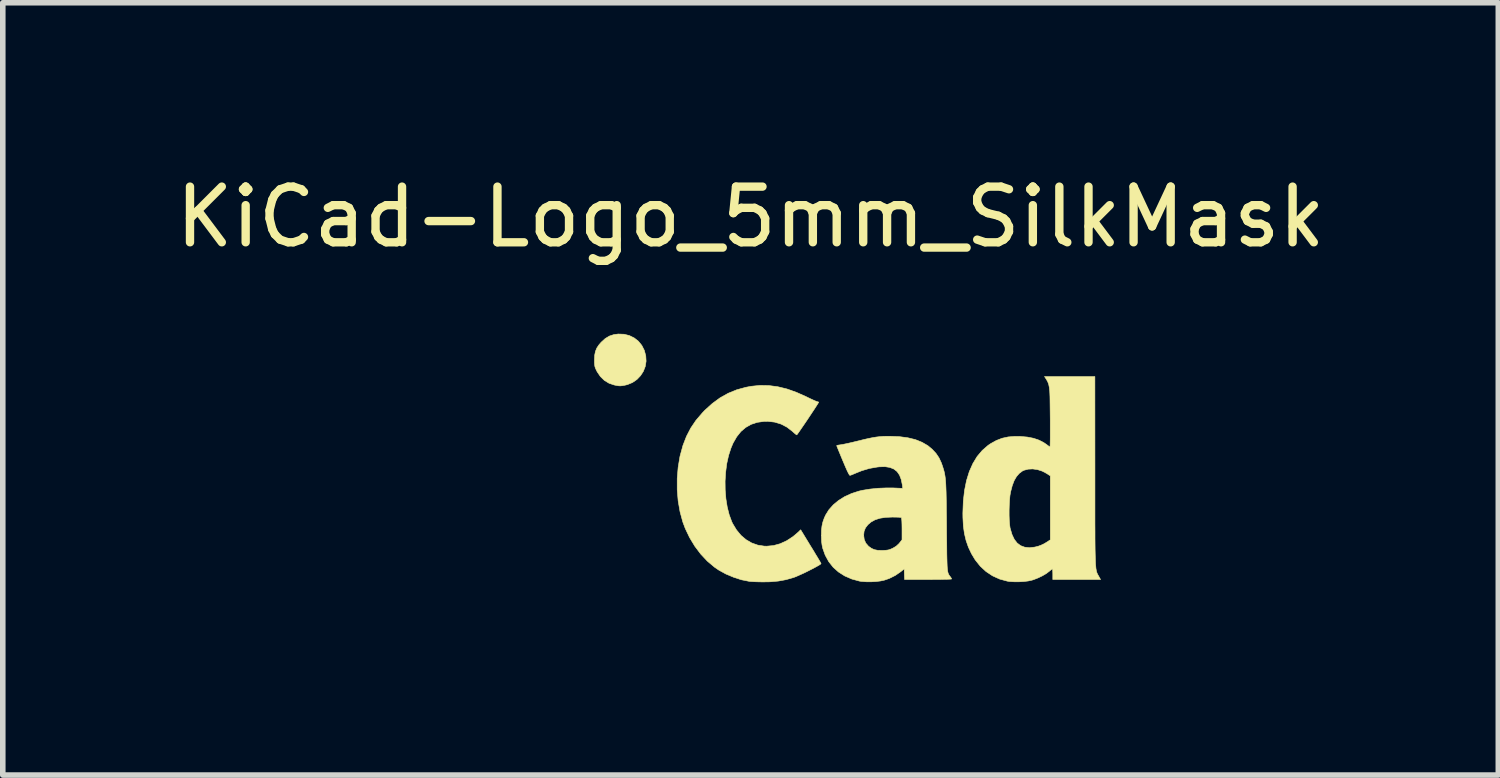
<source format=kicad_pcb>
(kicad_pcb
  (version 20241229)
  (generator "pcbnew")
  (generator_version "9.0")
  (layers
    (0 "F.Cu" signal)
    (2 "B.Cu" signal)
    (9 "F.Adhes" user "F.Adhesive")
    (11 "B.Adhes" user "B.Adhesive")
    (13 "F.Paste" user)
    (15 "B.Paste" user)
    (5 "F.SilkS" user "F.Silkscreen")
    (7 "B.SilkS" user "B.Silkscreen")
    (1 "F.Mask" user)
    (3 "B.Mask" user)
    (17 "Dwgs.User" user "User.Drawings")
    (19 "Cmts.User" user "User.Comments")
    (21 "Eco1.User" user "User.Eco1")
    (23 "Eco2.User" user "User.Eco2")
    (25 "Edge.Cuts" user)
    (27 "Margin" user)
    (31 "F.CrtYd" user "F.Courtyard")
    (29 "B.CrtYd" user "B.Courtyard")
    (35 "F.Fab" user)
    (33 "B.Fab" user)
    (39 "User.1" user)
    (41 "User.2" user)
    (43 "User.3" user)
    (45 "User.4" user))
  (footprint "KiCad-Logo_5mm_SilkMask"
    (layer "F.Cu")
    (at 10.435 5.928)
    (property "Reference" "KiCad-Logo_5mm_SilkMask" (at 0 -5.08 0) (layer "F.SilkS") (effects (font (size 1 1) (thickness 0.15))))
    (attr exclude_from_pos_files exclude_from_bom)
    (fp_poly (pts (xy -2.946 -2.511) (xy -2.936 -2.397) (xy -2.904 -2.289) (xy -2.853 -2.19) (xy -2.784 -2.102) (xy -2.699 -2.027) (xy -2.602 -1.97) (xy -2.496 -1.93) (xy -2.389 -1.911) (xy -2.283 -1.913) (xy -2.181 -1.932) (xy -2.085 -1.969) (xy -1.996 -2.021) (xy -1.917 -2.087) (xy -1.849 -2.167) (xy -1.796 -2.258) (xy -1.759 -2.359) (xy -1.74 -2.47) (xy -1.738 -2.52) (xy -1.738 -2.608) (xy -1.687 -2.608) (xy -1.65 -2.605) (xy -1.623 -2.593) (xy -1.596 -2.569) (xy -1.558 -2.531) (xy -1.558 -0.339) (xy -1.558 -0.077) (xy -1.558 0.163) (xy -1.558 0.383) (xy -1.558 0.583) (xy -1.558 0.764) (xy -1.558 0.928) (xy -1.559 1.074) (xy -1.559 1.205) (xy -1.559 1.32) (xy -1.56 1.421) (xy -1.561 1.509) (xy -1.561 1.585) (xy -1.562 1.65) (xy -1.563 1.704) (xy -1.564 1.749) (xy -1.565 1.786) (xy -1.567 1.815) (xy -1.568 1.837) (xy -1.57 1.854) (xy -1.572 1.866) (xy -1.574 1.874) (xy -1.576 1.88) (xy -1.577 1.882) (xy -1.581 1.889) (xy -1.585 1.895) (xy -1.589 1.901) (xy -1.594 1.906) (xy -1.601 1.911) (xy -1.611 1.916) (xy -1.625 1.92) (xy -1.645 1.923) (xy -1.669 1.926) (xy -1.701 1.929) (xy -1.741 1.931) (xy -1.789 1.934) (xy -1.846 1.935) (xy -1.914 1.937) (xy -1.994 1.938) (xy -2.085 1.939) (xy -2.19 1.94) (xy -2.309 1.94) (xy -2.443 1.941) (xy -2.593 1.941) (xy -2.76 1.941) (xy -2.945 1.942) (xy -3.149 1.942) (xy -3.372 1.942) (xy -3.616 1.941) (xy -3.881 1.941) (xy -3.92 1.941) (xy -4.187 1.941) (xy -4.432 1.941) (xy -4.657 1.941) (xy -4.861 1.941) (xy -5.047 1.941) (xy -5.215 1.941) (xy -5.366 1.94) (xy -5.501 1.94) (xy -5.62 1.939) (xy -5.725 1.939) (xy -5.817 1.938) (xy -5.896 1.938) (xy -5.964 1.937) (xy -6.021 1.936) (xy -6.069 1.935) (xy -6.107 1.933) (xy -6.138 1.932) (xy -6.162 1.931) (xy -6.18 1.929) (xy -6.192 1.927) (xy -6.201 1.925) (xy -6.205 1.923) (xy -6.214 1.92) (xy -6.221 1.917) (xy -6.229 1.915) (xy -6.235 1.911) (xy -6.241 1.906) (xy -6.246 1.897) (xy -6.251 1.885) (xy -6.255 1.869) (xy -6.259 1.846) (xy -6.262 1.818) (xy -6.265 1.781) (xy -6.268 1.737) (xy -6.27 1.683) (xy -6.271 1.618) (xy -6.273 1.543) (xy -6.274 1.455) (xy -6.275 1.354) (xy -6.276 1.239) (xy -6.276 1.11) (xy -6.276 0.964) (xy -6.277 0.802) (xy -6.277 0.621) (xy -6.277 0.422) (xy -6.277 0.204) (xy -6.277 -0.035) (xy -6.277 -0.296) (xy -6.277 -0.338) (xy -6.277 -0.601) (xy -6.277 -0.842) (xy -6.277 -1.063) (xy -6.277 -1.264) (xy -6.277 -1.446) (xy -6.276 -1.61) (xy -6.276 -1.757) (xy -6.276 -1.888) (xy -6.275 -1.998) (xy -5.972 -1.998) (xy -5.932 -1.94) (xy -5.921 -1.925) (xy -5.911 -1.911) (xy -5.902 -1.897) (xy -5.894 -1.883) (xy -5.887 -1.868) (xy -5.881 -1.849) (xy -5.875 -1.826) (xy -5.871 -1.798) (xy -5.867 -1.764) (xy -5.863 -1.722) (xy -5.861 -1.67) (xy -5.858 -1.609) (xy -5.857 -1.537) (xy -5.855 -1.452) (xy -5.855 -1.354) (xy -5.854 -1.24) (xy -5.853 -1.111) (xy -5.853 -0.965) (xy -5.853 -0.8) (xy -5.853 -0.616) (xy -5.853 -0.41) (xy -5.853 -0.288) (xy -5.853 -0.071) (xy -5.853 0.125) (xy -5.853 0.3) (xy -5.853 0.456) (xy -5.854 0.595) (xy -5.854 0.717) (xy -5.855 0.823) (xy -5.856 0.915) (xy -5.857 0.994) (xy -5.859 1.062) (xy -5.862 1.118) (xy -5.865 1.165) (xy -5.868 1.204) (xy -5.872 1.235) (xy -5.877 1.261) (xy -5.883 1.282) (xy -5.89 1.299) (xy -5.897 1.314) (xy -5.906 1.327) (xy -5.915 1.341) (xy -5.925 1.356) (xy -5.932 1.365) (xy -5.97 1.422) (xy -5.439 1.422) (xy -5.315 1.422) (xy -5.213 1.422) (xy -5.129 1.422) (xy -5.063 1.421) (xy -5.012 1.42) (xy -4.974 1.419) (xy -4.948 1.417) (xy -4.932 1.415) (xy -4.923 1.412) (xy -4.921 1.408) (xy -4.923 1.404) (xy -4.925 1.403) (xy -4.95 1.366) (xy -4.976 1.313) (xy -4.999 1.251) (xy -5.007 1.224) (xy -5.012 1.206) (xy -5.016 1.185) (xy -5.019 1.159) (xy -5.022 1.126) (xy -5.024 1.083) (xy -5.026 1.028) (xy -5.028 0.96) (xy -5.029 0.877) (xy -5.03 0.775) (xy -5.031 0.654) (xy -5.032 0.61) (xy -5.033 0.484) (xy -5.033 0.38) (xy -5.034 0.295) (xy -5.034 0.227) (xy -5.034 0.174) (xy -5.033 0.135) (xy -5.031 0.107) (xy -5.029 0.09) (xy -5.027 0.081) (xy -5.023 0.078) (xy -5.019 0.08) (xy -5.015 0.085) (xy -5.004 0.098) (xy -4.982 0.127) (xy -4.95 0.17) (xy -4.909 0.225) (xy -4.861 0.289) (xy -4.808 0.362) (xy -4.751 0.44) (xy -4.691 0.521) (xy -4.631 0.603) (xy -4.572 0.685) (xy -4.514 0.763) (xy -4.461 0.836) (xy -4.413 0.902) (xy -4.373 0.959) (xy -4.341 1.004) (xy -4.318 1.035) (xy -4.314 1.041) (xy -4.291 1.078) (xy -4.264 1.126) (xy -4.239 1.176) (xy -4.236 1.183) (xy -4.214 1.231) (xy -4.201 1.268) (xy -4.196 1.304) (xy -4.194 1.346) (xy -4.195 1.422) (xy -3.041 1.422) (xy -3.132 1.329) (xy -3.179 1.279) (xy -3.229 1.222) (xy -3.275 1.168) (xy -3.295 1.143) (xy -3.326 1.103) (xy -3.366 1.05) (xy -3.414 0.985) (xy -3.47 0.909) (xy -3.532 0.825) (xy -3.599 0.733) (xy -3.669 0.636) (xy -3.743 0.535) (xy -3.817 0.432) (xy -3.892 0.328) (xy -3.966 0.225) (xy -4.038 0.125) (xy -4.106 0.029) (xy -4.17 -0.061) (xy -4.229 -0.144) (xy -4.28 -0.218) (xy -4.324 -0.28) (xy -4.359 -0.33) (xy -4.383 -0.367) (xy -4.396 -0.387) (xy -4.398 -0.391) (xy -4.39 -0.403) (xy -4.369 -0.43) (xy -4.337 -0.471) (xy -4.294 -0.525) (xy -4.243 -0.589) (xy -4.185 -0.663) (xy -4.12 -0.744) (xy -4.051 -0.831) (xy -3.979 -0.921) (xy -3.904 -1.014) (xy -3.845 -1.088) (xy -2.834 -1.088) (xy -2.828 -1.075) (xy -2.813 -1.053) (xy -2.812 -1.052) (xy -2.793 -1.021) (xy -2.774 -0.985) (xy -2.77 -0.976) (xy -2.766 -0.968) (xy -2.763 -0.958) (xy -2.76 -0.945) (xy -2.758 -0.927) (xy -2.756 -0.904) (xy -2.754 -0.873) (xy -2.753 -0.833) (xy -2.751 -0.784) (xy -2.75 -0.723) (xy -2.749 -0.649) (xy -2.749 -0.561) (xy -2.748 -0.457) (xy -2.747 -0.337) (xy -2.747 -0.198) (xy -2.746 -0.039) (xy -2.746 0.14) (xy -2.745 0.325) (xy -2.745 0.489) (xy -2.745 0.633) (xy -2.744 0.759) (xy -2.745 0.868) (xy -2.745 0.961) (xy -2.747 1.04) (xy -2.748 1.106) (xy -2.75 1.161) (xy -2.753 1.206) (xy -2.757 1.242) (xy -2.761 1.271) (xy -2.766 1.295) (xy -2.772 1.313) (xy -2.779 1.329) (xy -2.787 1.344) (xy -2.797 1.358) (xy -2.805 1.37) (xy -2.822 1.396) (xy -2.832 1.414) (xy -2.834 1.417) (xy -2.823 1.418) (xy -2.791 1.419) (xy -2.742 1.42) (xy -2.677 1.421) (xy -2.599 1.422) (xy -2.51 1.422) (xy -2.411 1.422) (xy -2.342 1.422) (xy -2.237 1.422) (xy -2.141 1.422) (xy -2.054 1.421) (xy -1.98 1.419) (xy -1.921 1.418) (xy -1.879 1.416) (xy -1.855 1.414) (xy -1.851 1.412) (xy -1.859 1.398) (xy -1.867 1.39) (xy -1.88 1.372) (xy -1.897 1.342) (xy -1.909 1.318) (xy -1.936 1.259) (xy -1.939 0.082) (xy -1.942 -1.095) (xy -2.388 -1.095) (xy -2.486 -1.095) (xy -2.576 -1.094) (xy -2.657 -1.094) (xy -2.725 -1.093) (xy -2.779 -1.092) (xy -2.815 -1.09) (xy -2.833 -1.089) (xy -2.834 -1.088) (xy -3.845 -1.088) (xy -3.829 -1.107) (xy -3.755 -1.199) (xy -3.683 -1.289) (xy -3.615 -1.374) (xy -3.551 -1.452) (xy -3.494 -1.523) (xy -3.444 -1.584) (xy -3.403 -1.633) (xy -3.386 -1.654) (xy -3.3 -1.754) (xy -3.223 -1.838) (xy -3.154 -1.906) (xy -3.091 -1.96) (xy -3.082 -1.967) (xy -3.042 -1.998) (xy -4.174 -1.998) (xy -4.169 -1.95) (xy -4.172 -1.893) (xy -4.194 -1.825) (xy -4.234 -1.745) (xy -4.279 -1.673) (xy -4.295 -1.65) (xy -4.323 -1.612) (xy -4.361 -1.562) (xy -4.408 -1.501) (xy -4.462 -1.432) (xy -4.52 -1.356) (xy -4.582 -1.276) (xy -4.646 -1.194) (xy -4.71 -1.112) (xy -4.773 -1.032) (xy -4.832 -0.957) (xy -4.887 -0.888) (xy -4.935 -0.828) (xy -4.974 -0.778) (xy -5.004 -0.742) (xy -5.022 -0.72) (xy -5.025 -0.717) (xy -5.028 -0.725) (xy -5.03 -0.755) (xy -5.032 -0.807) (xy -5.033 -0.881) (xy -5.033 -0.977) (xy -5.033 -1.094) (xy -5.032 -1.214) (xy -5.03 -1.346) (xy -5.029 -1.457) (xy -5.027 -1.551) (xy -5.024 -1.629) (xy -5.021 -1.692) (xy -5.016 -1.745) (xy -5.009 -1.788) (xy -5.002 -1.823) (xy -4.992 -1.854) (xy -4.98 -1.882) (xy -4.965 -1.91) (xy -4.95 -1.935) (xy -4.912 -1.998) (xy -5.972 -1.998) (xy -6.275 -1.998) (xy -6.275 -2.004) (xy -6.274 -2.106) (xy -6.273 -2.195) (xy -6.272 -2.272) (xy -6.27 -2.337) (xy -6.269 -2.393) (xy -6.266 -2.438) (xy -6.264 -2.475) (xy -6.261 -2.505) (xy -6.258 -2.528) (xy -6.254 -2.546) (xy -6.25 -2.559) (xy -6.245 -2.568) (xy -6.24 -2.574) (xy -6.234 -2.579) (xy -6.228 -2.582) (xy -6.222 -2.586) (xy -6.216 -2.589) (xy -6.21 -2.592) (xy -6.202 -2.594) (xy -6.19 -2.596) (xy -6.173 -2.598) (xy -6.149 -2.6) (xy -6.118 -2.601) (xy -6.079 -2.602) (xy -6.03 -2.603) (xy -5.971 -2.604) (xy -5.899 -2.605) (xy -5.815 -2.606) (xy -5.718 -2.606) (xy -5.605 -2.607) (xy -5.476 -2.607) (xy -5.33 -2.607) (xy -5.166 -2.608) (xy -4.982 -2.608) (xy -4.778 -2.608) (xy -4.567 -2.608) (xy -2.946 -2.608) (xy -2.946 -2.511)) (stroke (width 0.01) (type solid)) (fill yes) (layer "F.Mask"))
    (fp_poly (pts (xy -2.273 -2.973) (xy -2.177 -2.949) (xy -2.09 -2.906) (xy -2.015 -2.847) (xy -1.954 -2.772) (xy -1.909 -2.683) (xy -1.883 -2.586) (xy -1.877 -2.489) (xy -1.892 -2.395) (xy -1.926 -2.307) (xy -1.977 -2.228) (xy -2.042 -2.16) (xy -2.121 -2.106) (xy -2.212 -2.068) (xy -2.263 -2.056) (xy -2.308 -2.048) (xy -2.342 -2.045) (xy -2.375 -2.047) (xy -2.415 -2.054) (xy -2.449 -2.061) (xy -2.542 -2.092) (xy -2.626 -2.143) (xy -2.698 -2.213) (xy -2.756 -2.298) (xy -2.77 -2.326) (xy -2.787 -2.362) (xy -2.797 -2.392) (xy -2.802 -2.425) (xy -2.805 -2.466) (xy -2.805 -2.512) (xy -2.801 -2.596) (xy -2.787 -2.665) (xy -2.762 -2.726) (xy -2.723 -2.784) (xy -2.684 -2.829) (xy -2.612 -2.895) (xy -2.537 -2.94) (xy -2.455 -2.967) (xy -2.377 -2.977) (xy -2.273 -2.973)) (stroke (width 0.01) (type solid)) (fill yes) (layer "F.SilkS"))
    (fp_poly (pts (xy 0.328 -2.051) (xy 0.489 -2.03) (xy 0.653 -1.99) (xy 0.822 -1.93) (xy 1 -1.851) (xy 1.011 -1.845) (xy 1.069 -1.817) (xy 1.121 -1.793) (xy 1.162 -1.775) (xy 1.19 -1.764) (xy 1.2 -1.761) (xy 1.219 -1.756) (xy 1.224 -1.752) (xy 1.218 -1.741) (xy 1.202 -1.715) (xy 1.177 -1.676) (xy 1.145 -1.626) (xy 1.107 -1.569) (xy 1.066 -1.507) (xy 1.023 -1.442) (xy 0.98 -1.379) (xy 0.939 -1.319) (xy 0.902 -1.265) (xy 0.871 -1.22) (xy 0.847 -1.186) (xy 0.832 -1.167) (xy 0.83 -1.165) (xy 0.82 -1.17) (xy 0.798 -1.187) (xy 0.767 -1.214) (xy 0.752 -1.228) (xy 0.655 -1.303) (xy 0.548 -1.359) (xy 0.433 -1.394) (xy 0.31 -1.408) (xy 0.241 -1.407) (xy 0.119 -1.39) (xy 0.01 -1.354) (xy -0.087 -1.299) (xy -0.174 -1.225) (xy -0.249 -1.131) (xy -0.314 -1.018) (xy -0.351 -0.931) (xy -0.395 -0.796) (xy -0.428 -0.648) (xy -0.448 -0.493) (xy -0.458 -0.333) (xy -0.456 -0.173) (xy -0.443 -0.016) (xy -0.419 0.133) (xy -0.384 0.271) (xy -0.338 0.395) (xy -0.322 0.429) (xy -0.253 0.543) (xy -0.173 0.64) (xy -0.081 0.718) (xy 0.02 0.777) (xy 0.13 0.816) (xy 0.247 0.834) (xy 0.289 0.835) (xy 0.41 0.824) (xy 0.531 0.791) (xy 0.649 0.737) (xy 0.762 0.663) (xy 0.854 0.585) (xy 0.9 0.54) (xy 1.081 0.837) (xy 1.127 0.911) (xy 1.168 0.98) (xy 1.204 1.039) (xy 1.233 1.088) (xy 1.254 1.124) (xy 1.265 1.144) (xy 1.266 1.147) (xy 1.258 1.157) (xy 1.233 1.174) (xy 1.193 1.197) (xy 1.142 1.225) (xy 1.084 1.255) (xy 1.021 1.287) (xy 0.958 1.318) (xy 0.896 1.346) (xy 0.839 1.371) (xy 0.791 1.391) (xy 0.768 1.399) (xy 0.634 1.437) (xy 0.496 1.462) (xy 0.349 1.475) (xy 0.222 1.477) (xy 0.154 1.476) (xy 0.088 1.474) (xy 0.031 1.471) (xy -0.013 1.468) (xy -0.027 1.466) (xy -0.166 1.438) (xy -0.307 1.392) (xy -0.445 1.334) (xy -0.572 1.264) (xy -0.649 1.211) (xy -0.777 1.103) (xy -0.895 0.977) (xy -1.002 0.835) (xy -1.095 0.681) (xy -1.173 0.518) (xy -1.217 0.401) (xy -1.267 0.217) (xy -1.301 0.023) (xy -1.318 -0.179) (xy -1.318 -0.382) (xy -1.301 -0.584) (xy -1.268 -0.781) (xy -1.217 -0.967) (xy -1.214 -0.978) (xy -1.151 -1.14) (xy -1.074 -1.288) (xy -0.981 -1.426) (xy -0.868 -1.558) (xy -0.825 -1.604) (xy -0.688 -1.728) (xy -0.549 -1.83) (xy -0.403 -1.912) (xy -0.249 -1.975) (xy -0.084 -2.02) (xy 0.011 -2.038) (xy 0.17 -2.054) (xy 0.328 -2.051)) (stroke (width 0.01) (type solid)) (fill yes) (layer "F.SilkS"))
    (fp_poly (pts (xy 6.187 -0.528) (xy 6.187 -0.293) (xy 6.187 -0.08) (xy 6.187 0.112) (xy 6.187 0.285) (xy 6.187 0.441) (xy 6.188 0.579) (xy 6.188 0.701) (xy 6.189 0.808) (xy 6.19 0.901) (xy 6.192 0.982) (xy 6.194 1.051) (xy 6.196 1.11) (xy 6.198 1.159) (xy 6.202 1.2) (xy 6.205 1.234) (xy 6.21 1.262) (xy 6.214 1.285) (xy 6.22 1.304) (xy 6.226 1.321) (xy 6.233 1.335) (xy 6.24 1.349) (xy 6.249 1.364) (xy 6.254 1.373) (xy 6.288 1.434) (xy 5.43 1.434) (xy 5.43 1.338) (xy 5.429 1.294) (xy 5.427 1.261) (xy 5.424 1.243) (xy 5.423 1.242) (xy 5.412 1.249) (xy 5.389 1.267) (xy 5.366 1.286) (xy 5.312 1.327) (xy 5.242 1.368) (xy 5.165 1.405) (xy 5.088 1.435) (xy 5.057 1.445) (xy 4.989 1.46) (xy 4.906 1.47) (xy 4.816 1.475) (xy 4.728 1.474) (xy 4.649 1.469) (xy 4.612 1.463) (xy 4.473 1.425) (xy 4.346 1.367) (xy 4.23 1.29) (xy 4.127 1.195) (xy 4.036 1.081) (xy 3.969 0.97) (xy 3.914 0.854) (xy 3.872 0.734) (xy 3.842 0.608) (xy 3.823 0.472) (xy 3.815 0.32) (xy 3.814 0.243) (xy 3.816 0.186) (xy 4.645 0.186) (xy 4.645 0.279) (xy 4.648 0.367) (xy 4.654 0.444) (xy 4.662 0.505) (xy 4.665 0.517) (xy 4.697 0.625) (xy 4.738 0.712) (xy 4.79 0.779) (xy 4.853 0.826) (xy 4.926 0.853) (xy 5.011 0.862) (xy 5.107 0.851) (xy 5.17 0.835) (xy 5.219 0.817) (xy 5.274 0.791) (xy 5.314 0.767) (xy 5.385 0.721) (xy 5.385 -0.429) (xy 5.317 -0.473) (xy 5.239 -0.514) (xy 5.155 -0.541) (xy 5.07 -0.553) (xy 4.988 -0.549) (xy 4.915 -0.53) (xy 4.883 -0.515) (xy 4.826 -0.472) (xy 4.777 -0.415) (xy 4.735 -0.342) (xy 4.701 -0.252) (xy 4.672 -0.141) (xy 4.671 -0.135) (xy 4.66 -0.073) (xy 4.653 0.005) (xy 4.648 0.093) (xy 4.645 0.186) (xy 3.816 0.186) (xy 3.822 0.03) (xy 3.844 -0.166) (xy 3.88 -0.345) (xy 3.93 -0.506) (xy 3.994 -0.65) (xy 4.071 -0.777) (xy 4.163 -0.886) (xy 4.268 -0.977) (xy 4.314 -1.008) (xy 4.415 -1.064) (xy 4.518 -1.104) (xy 4.628 -1.128) (xy 4.749 -1.138) (xy 4.842 -1.137) (xy 4.971 -1.126) (xy 5.084 -1.104) (xy 5.183 -1.07) (xy 5.271 -1.024) (xy 5.32 -0.99) (xy 5.349 -0.968) (xy 5.371 -0.953) (xy 5.379 -0.948) (xy 5.381 -0.959) (xy 5.382 -0.99) (xy 5.383 -1.037) (xy 5.384 -1.1) (xy 5.384 -1.173) (xy 5.384 -1.256) (xy 5.384 -1.344) (xy 5.384 -1.436) (xy 5.383 -1.528) (xy 5.382 -1.618) (xy 5.381 -1.704) (xy 5.38 -1.781) (xy 5.379 -1.848) (xy 5.377 -1.902) (xy 5.375 -1.94) (xy 5.375 -1.947) (xy 5.367 -2.018) (xy 5.356 -2.073) (xy 5.338 -2.12) (xy 5.312 -2.166) (xy 5.305 -2.176) (xy 5.281 -2.213) (xy 6.186 -2.213) (xy 6.187 -0.528)) (stroke (width 0.01) (type solid)) (fill yes) (layer "F.SilkS"))
    (fp_poly (pts (xy 2.674 -1.133) (xy 2.825 -1.113) (xy 2.961 -1.08) (xy 3.08 -1.032) (xy 3.185 -0.971) (xy 3.262 -0.907) (xy 3.331 -0.833) (xy 3.385 -0.753) (xy 3.428 -0.661) (xy 3.443 -0.618) (xy 3.456 -0.579) (xy 3.467 -0.543) (xy 3.477 -0.508) (xy 3.485 -0.472) (xy 3.492 -0.433) (xy 3.498 -0.39) (xy 3.503 -0.34) (xy 3.507 -0.283) (xy 3.51 -0.215) (xy 3.513 -0.136) (xy 3.515 -0.043) (xy 3.517 0.066) (xy 3.518 0.192) (xy 3.52 0.337) (xy 3.521 0.48) (xy 3.522 0.636) (xy 3.524 0.771) (xy 3.525 0.887) (xy 3.526 0.986) (xy 3.528 1.068) (xy 3.53 1.136) (xy 3.532 1.192) (xy 3.535 1.236) (xy 3.539 1.271) (xy 3.544 1.299) (xy 3.55 1.321) (xy 3.557 1.338) (xy 3.565 1.352) (xy 3.574 1.366) (xy 3.585 1.38) (xy 3.59 1.385) (xy 3.605 1.408) (xy 3.612 1.423) (xy 3.612 1.424) (xy 3.602 1.426) (xy 3.571 1.428) (xy 3.522 1.43) (xy 3.458 1.431) (xy 3.382 1.433) (xy 3.295 1.433) (xy 3.2 1.434) (xy 3.19 1.434) (xy 2.767 1.434) (xy 2.763 1.338) (xy 2.76 1.242) (xy 2.698 1.293) (xy 2.601 1.36) (xy 2.491 1.415) (xy 2.404 1.445) (xy 2.335 1.46) (xy 2.252 1.47) (xy 2.162 1.475) (xy 2.074 1.474) (xy 1.995 1.468) (xy 1.959 1.463) (xy 1.819 1.425) (xy 1.692 1.37) (xy 1.58 1.299) (xy 1.484 1.213) (xy 1.404 1.112) (xy 1.341 0.997) (xy 1.296 0.871) (xy 1.284 0.814) (xy 1.276 0.752) (xy 1.273 0.677) (xy 1.272 0.643) (xy 1.272 0.64) (xy 2.032 0.64) (xy 2.042 0.715) (xy 2.07 0.779) (xy 2.118 0.835) (xy 2.123 0.839) (xy 2.172 0.874) (xy 2.223 0.897) (xy 2.284 0.909) (xy 2.359 0.911) (xy 2.377 0.911) (xy 2.431 0.908) (xy 2.471 0.903) (xy 2.506 0.893) (xy 2.545 0.876) (xy 2.556 0.871) (xy 2.616 0.835) (xy 2.663 0.792) (xy 2.676 0.777) (xy 2.721 0.72) (xy 2.721 0.525) (xy 2.72 0.446) (xy 2.718 0.388) (xy 2.715 0.349) (xy 2.711 0.327) (xy 2.707 0.32) (xy 2.691 0.317) (xy 2.657 0.314) (xy 2.61 0.313) (xy 2.555 0.312) (xy 2.546 0.312) (xy 2.425 0.317) (xy 2.323 0.333) (xy 2.236 0.361) (xy 2.164 0.401) (xy 2.109 0.448) (xy 2.064 0.506) (xy 2.039 0.569) (xy 2.032 0.64) (xy 1.272 0.64) (xy 1.274 0.55) (xy 1.283 0.471) (xy 1.299 0.4) (xy 1.324 0.329) (xy 1.348 0.276) (xy 1.407 0.181) (xy 1.485 0.093) (xy 1.58 0.014) (xy 1.69 -0.055) (xy 1.813 -0.111) (xy 1.945 -0.154) (xy 2.009 -0.169) (xy 2.146 -0.191) (xy 2.294 -0.206) (xy 2.446 -0.212) (xy 2.572 -0.211) (xy 2.734 -0.204) (xy 2.727 -0.263) (xy 2.707 -0.362) (xy 2.676 -0.443) (xy 2.632 -0.506) (xy 2.575 -0.551) (xy 2.503 -0.58) (xy 2.416 -0.594) (xy 2.313 -0.591) (xy 2.275 -0.587) (xy 2.134 -0.562) (xy 1.997 -0.521) (xy 1.902 -0.483) (xy 1.857 -0.464) (xy 1.819 -0.448) (xy 1.792 -0.439) (xy 1.785 -0.437) (xy 1.775 -0.446) (xy 1.758 -0.475) (xy 1.734 -0.524) (xy 1.703 -0.594) (xy 1.665 -0.684) (xy 1.658 -0.7) (xy 1.628 -0.772) (xy 1.601 -0.838) (xy 1.578 -0.893) (xy 1.561 -0.936) (xy 1.55 -0.963) (xy 1.547 -0.972) (xy 1.557 -0.977) (xy 1.583 -0.982) (xy 1.611 -0.986) (xy 1.642 -0.991) (xy 1.689 -1) (xy 1.751 -1.013) (xy 1.821 -1.029) (xy 1.896 -1.047) (xy 1.925 -1.054) (xy 2.03 -1.08) (xy 2.117 -1.1) (xy 2.192 -1.115) (xy 2.258 -1.126) (xy 2.319 -1.133) (xy 2.381 -1.138) (xy 2.446 -1.14) (xy 2.504 -1.14) (xy 2.674 -1.133)) (stroke (width 0.01) (type solid)) (fill yes) (layer "F.SilkS")))
  (gr_rect
    (start -3 -3)
    (end 23.869 10.875)
    (stroke (width 0.1) (type default))
    (fill no)
    (layer "Edge.Cuts")))
</source>
